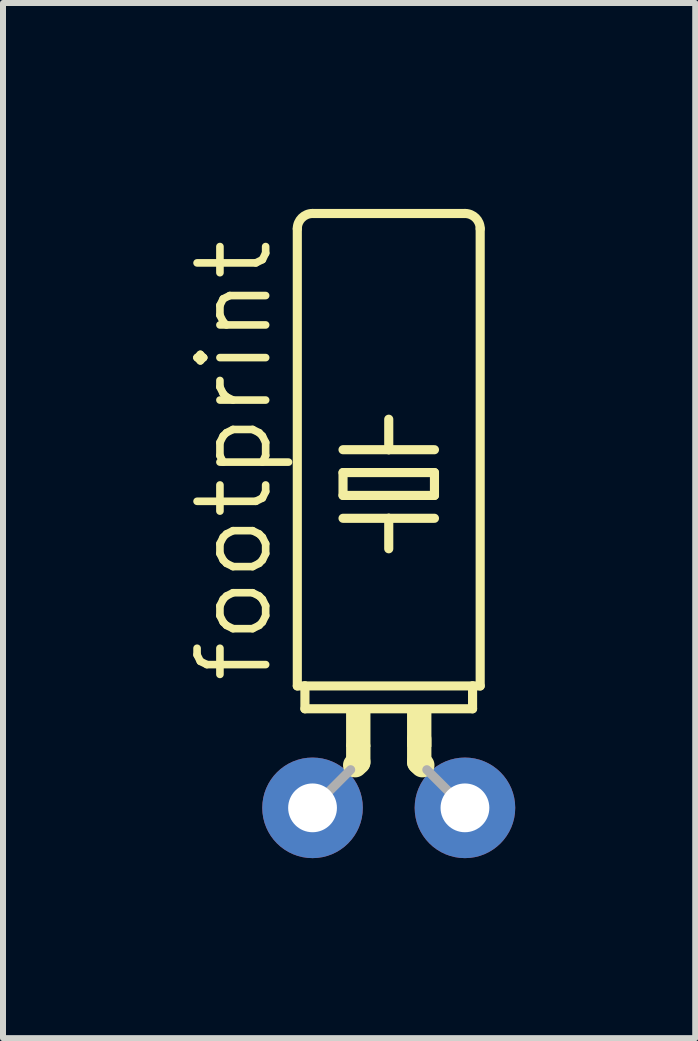
<source format=kicad_pcb>
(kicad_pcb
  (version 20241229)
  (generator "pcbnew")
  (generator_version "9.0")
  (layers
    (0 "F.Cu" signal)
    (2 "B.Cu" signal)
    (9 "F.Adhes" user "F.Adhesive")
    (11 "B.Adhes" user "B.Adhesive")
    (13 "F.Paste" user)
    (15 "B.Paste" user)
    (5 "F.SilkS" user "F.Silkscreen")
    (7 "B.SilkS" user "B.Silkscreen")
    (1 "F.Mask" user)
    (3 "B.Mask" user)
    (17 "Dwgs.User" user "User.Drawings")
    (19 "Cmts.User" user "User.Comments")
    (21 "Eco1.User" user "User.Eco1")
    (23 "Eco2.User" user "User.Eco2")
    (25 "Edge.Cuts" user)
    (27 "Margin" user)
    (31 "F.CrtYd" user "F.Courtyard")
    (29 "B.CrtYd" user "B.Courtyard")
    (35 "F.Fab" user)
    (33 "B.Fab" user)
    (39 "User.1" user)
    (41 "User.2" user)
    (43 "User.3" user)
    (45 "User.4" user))
  (footprint "footprint"
    (layer "F.Cu")
    (at 3.429 10.414)
    (property "Reference" "footprint" (at -1.905 -2.032 90) (layer "F.SilkS") (effects (font (size 1.143 1.143) (thickness 0.127)) (justify left bottom)))
    (fp_line (start -1.524 -2.032) (end -1.524 -9.652) (stroke (width 0.152) (type solid)) (layer "F.SilkS"))
    (fp_line (start -1.524 -2.032) (end -1.397 -2.032) (stroke (width 0.152) (type solid)) (layer "F.SilkS"))
    (fp_line (start -1.397 -1.651) (end -1.397 -2.032) (stroke (width 0.152) (type solid)) (layer "F.SilkS"))
    (fp_line (start -1.397 -1.651) (end 1.397 -1.651) (stroke (width 0.152) (type solid)) (layer "F.SilkS"))
    (fp_line (start -1.27 -9.906) (end 1.27 -9.906) (stroke (width 0.152) (type solid)) (layer "F.SilkS"))
    (fp_line (start -0.762 -5.969) (end 0 -5.969) (stroke (width 0.152) (type solid)) (layer "F.SilkS"))
    (fp_line (start -0.762 -5.588) (end -0.762 -5.207) (stroke (width 0.152) (type solid)) (layer "F.SilkS"))
    (fp_line (start -0.762 -5.588) (end 0.762 -5.588) (stroke (width 0.152) (type solid)) (layer "F.SilkS"))
    (fp_line (start -0.762 -4.826) (end 0 -4.826) (stroke (width 0.152) (type solid)) (layer "F.SilkS"))
    (fp_line (start -0.559 -0.711) (end -0.508 -0.762) (stroke (width 0.406) (type solid)) (layer "F.SilkS"))
    (fp_line (start -0.508 -0.762) (end -0.508 -1.016) (stroke (width 0.406) (type solid)) (layer "F.SilkS"))
    (fp_line (start 0 -5.969) (end 0 -6.477) (stroke (width 0.152) (type solid)) (layer "F.SilkS"))
    (fp_line (start 0 -5.969) (end 0.762 -5.969) (stroke (width 0.152) (type solid)) (layer "F.SilkS"))
    (fp_line (start 0 -4.826) (end 0 -4.318) (stroke (width 0.152) (type solid)) (layer "F.SilkS"))
    (fp_line (start 0 -4.826) (end 0.762 -4.826) (stroke (width 0.152) (type solid)) (layer "F.SilkS"))
    (fp_line (start 0.508 -0.762) (end 0.508 -1.143) (stroke (width 0.406) (type solid)) (layer "F.SilkS"))
    (fp_line (start 0.559 -0.711) (end 0.508 -0.762) (stroke (width 0.406) (type solid)) (layer "F.SilkS"))
    (fp_line (start 0.762 -5.207) (end -0.762 -5.207) (stroke (width 0.152) (type solid)) (layer "F.SilkS"))
    (fp_line (start 0.762 -5.207) (end 0.762 -5.588) (stroke (width 0.152) (type solid)) (layer "F.SilkS"))
    (fp_line (start 1.397 -2.032) (end -1.397 -2.032) (stroke (width 0.152) (type solid)) (layer "F.SilkS"))
    (fp_line (start 1.397 -1.651) (end 1.397 -2.032) (stroke (width 0.152) (type solid)) (layer "F.SilkS"))
    (fp_line (start 1.524 -2.032) (end 1.397 -2.032) (stroke (width 0.152) (type solid)) (layer "F.SilkS"))
    (fp_line (start 1.524 -2.032) (end 1.524 -9.652) (stroke (width 0.152) (type solid)) (layer "F.SilkS"))
    (fp_arc (start -1.524 -9.652) (mid -1.449605 -9.831605) (end -1.27 -9.906) (stroke (width 0.1524) (type solid)) (layer "F.SilkS"))
    (fp_arc (start 1.27 -9.906) (mid 1.449605 -9.831605) (end 1.524 -9.652) (stroke (width 0.1524) (type solid)) (layer "F.SilkS"))
    (fp_poly (pts (xy -0.711 -1.016) (xy -0.305 -1.016) (xy -0.305 -1.6) (xy -0.711 -1.6)) (stroke (width 0) (type solid)) (fill yes) (layer "F.SilkS"))
    (fp_poly (pts (xy 0.305 -1.016) (xy 0.711 -1.016) (xy 0.711 -1.6) (xy 0.305 -1.6)) (stroke (width 0) (type solid)) (fill yes) (layer "F.SilkS"))
    (fp_line (start -0.635 -0.635) (end -1.27 0) (stroke (width 0.152) (type solid)) (layer "F.Fab"))
    (fp_line (start 0.635 -0.635) (end 1.27 0) (stroke (width 0.152) (type solid)) (layer "F.Fab"))
    (pad "1" thru_hole circle (at -1.27 0) (size 1.676 1.676) (drill 0.813) (layers "*.Cu" "*.Mask"))
    (pad "2" thru_hole circle (at 1.27 0) (size 1.676 1.676) (drill 0.813) (layers "*.Cu" "*.Mask"))
    (zone (net_name "") (layers "F.Cu" "B.Cu") (hatch edge 0.508) (connect_pads) (min_thickness 0.254) (filled_areas_thickness no) (keepout (tracks allowed) (vias not_allowed) (pads allowed) (copperpour allowed) (footprints allowed)) (placement (enabled no)) (fill) (polygon (pts (xy 1.651 9.398) (xy 5.207 9.398) (xy 5.207 0) (xy 1.651 0)))))
  (gr_rect
    (start -3 -3)
    (end 8.537 14.252)
    (stroke (width 0.1) (type default))
    (fill no)
    (layer "Edge.Cuts")))
</source>
